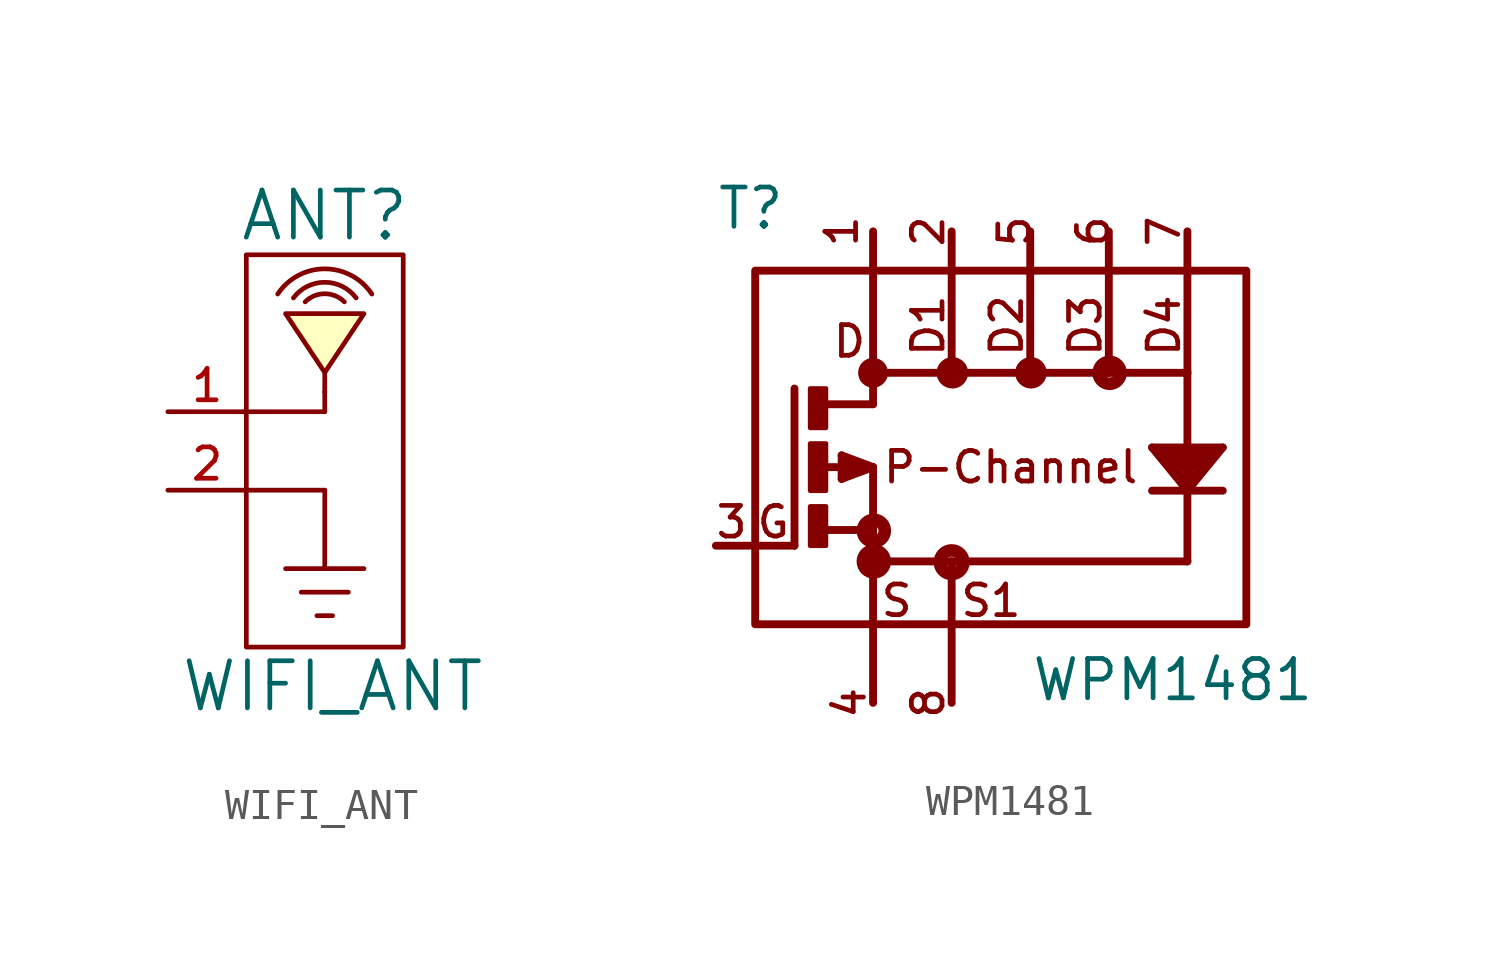
<source format=kicad_sym>
(kicad_symbol_lib
  (version 20241209)
  (generator "kicad_symbol_editor")
  (generator_version "9.0")
  (symbol "WIFI_ANT"
    (pin_names
      (offset 1.016))
    (property "Reference" "ANT"
      (at 0 8.89 0)
      (effects (font (size 1.524 1.524))))
    (property "Value" "WIFI_ANT"
      (at 0.254 -6.35 0)
      (effects (font (size 1.524 1.524))))
    (property "Footprint" ""
      (at -2.54 0 0)
      (effects (font (size 1.524 1.524))))
    (property "Datasheet" ""
      (at -2.54 0 0)
      (effects (font (size 1.524 1.524))))
    (symbol "WIFI_ANT_0_1"
      (rectangle (start -2.54 2.54) (end 0 2.54) (stroke (width 0) (type solid)) (fill (type none)))
      (rectangle (start -2.54 0) (end 0 0) (stroke (width 0) (type solid)) (fill (type none)))
      (rectangle (start -2.54 -5.08) (end 2.54 7.62) (stroke (width 0) (type solid)) (fill (type none)))
      (rectangle (start -1.27 -2.54) (end 1.27 -2.54) (stroke (width 0) (type solid)) (fill (type none)))
      (rectangle (start -0.254 -4.064) (end 0.254 -4.064) (stroke (width 0) (type solid)) (fill (type none)))
      (arc (start -1.016 6.223) (mid 0 6.731) (end 1.016 6.223) (stroke (width 0) (type solid)) (fill (type none)))
      (arc (start -1.524 6.35) (mid 0 7.1656) (end 1.524 6.35) (stroke (width 0) (type solid)) (fill (type none)))
      (polyline (pts (xy 0 3.81) (xy 1.27 5.715) (xy -1.27 5.715) (xy 0 3.81)) (stroke (width 0) (type solid)) (fill (type background)))
      (rectangle (start 0 3.175) (end 0 3.81) (stroke (width 0) (type solid)) (fill (type none)))
      (rectangle (start 0 3.175) (end 0 3.175) (stroke (width 0) (type solid)) (fill (type none)))
      (rectangle (start 0 2.54) (end 0 3.175) (stroke (width 0) (type solid)) (fill (type none)))
      (rectangle (start 0 0) (end 0 -2.54) (stroke (width 0) (type solid)) (fill (type none)))
      (rectangle (start 0.762 -3.302) (end -0.762 -3.302) (stroke (width 0) (type solid)) (fill (type none))))
    (symbol "WIFI_ANT_1_1"
      (arc (start -0.635 6.096) (mid 0 6.359) (end 0.635 6.096) (stroke (width 0) (type solid)) (fill (type none)))
      (pin input line (at -5.08 2.54 0) (length 2.54) (name "~" (effects (font (size 1.016 1.016)))) (number "1" (effects (font (size 1.016 1.016)))))
      (pin input line (at -5.08 0 0) (length 2.54) (name "~" (effects (font (size 1.016 1.016)))) (number "2" (effects (font (size 1.016 1.016)))))))
  (symbol "WPM1481"
    (pin_numbers
      (hide yes))
    (pin_names
      (offset 0.025)
      (hide yes))
    (property "Reference" "T"
      (at -7.62 7.62 0)
      (effects (font (size 1.27 1.27)) (justify left bottom)))
    (property "Value" "WPM1481"
      (at 2.54 -7.62 0)
      (effects (font (size 1.27 1.27)) (justify left bottom)))
    (property "Datasheet" ""
      (at 0 0 0)
      (effects (font (size 1.524 1.524))))
    (symbol "WPM1481_0_0"
      (rectangle (start -6.35 6.35) (end 9.525 -5.08) (stroke (width 0.254) (type solid)) (fill (type none)))
      (polyline (pts (xy 7.62 7.62) (xy 7.62 3.048)) (stroke (width 0.254) (type solid)) (fill (type none)))
      (text "3" (at -7.112 -1.778 0) (effects (font (size 0.991 0.991))))
      (text "1" (at -3.556 7.62 900) (effects (font (size 0.991 0.991))))
      (text "4" (at -3.302 -7.62 900) (effects (font (size 0.991 0.991))))
      (text "2" (at -0.762 7.62 900) (effects (font (size 0.991 0.991))))
      (text "8" (at -0.762 -7.62 900) (effects (font (size 0.991 0.991))))
      (text "S1" (at 1.27 -4.318 0) (effects (font (size 0.991 0.991))))
      (text "D2" (at 1.778 4.572 900) (effects (font (size 0.991 0.991))))
      (text "P-Channel" (at 1.905 0 0) (effects (font (size 0.991 0.991))))
      (text "5" (at 2.032 7.62 900) (effects (font (size 0.991 0.991))))
      (text "6" (at 4.572 7.62 900) (effects (font (size 0.991 0.991))))
      (text "7" (at 6.858 7.62 900) (effects (font (size 0.991 0.991))))
      (text "D4" (at 6.858 4.572 900) (effects (font (size 0.991 0.991)))))
    (symbol "WPM1481_1_0"
      (polyline (pts (xy -5.08 2.54) (xy -5.08 -2.54)) (stroke (width 0.254) (type solid)) (fill (type none)))
      (polyline (pts (xy -5.08 -2.54) (xy -7.62 -2.54)) (stroke (width 0.254) (type solid)) (fill (type none)))
      (polyline (pts (xy -4.064 2.032) (xy -2.54 2.032)) (stroke (width 0.254) (type solid)) (fill (type none)))
      (polyline (pts (xy -4.064 0) (xy -2.54 0)) (stroke (width 0.254) (type solid)) (fill (type none)))
      (polyline (pts (xy -4.064 -2.032) (xy -2.54 -2.032)) (stroke (width 0.254) (type solid)) (fill (type none)))
      (polyline (pts (xy -3.556 0.381) (xy -3.556 -0.381)) (stroke (width 0.254) (type solid)) (fill (type none)))
      (polyline (pts (xy -3.556 -0.381) (xy -2.54 0)) (stroke (width 0.254) (type solid)) (fill (type none)))
      (polyline (pts (xy -3.429 0.254) (xy -2.921 0)) (stroke (width 0.254) (type solid)) (fill (type none)))
      (polyline (pts (xy -3.429 -0.254) (xy -3.429 0.254)) (stroke (width 0.254) (type solid)) (fill (type none)))
      (polyline (pts (xy -2.921 0) (xy -2.54 0)) (stroke (width 0) (type solid)) (fill (type none)))
      (polyline (pts (xy -2.794 0) (xy -3.429 -0.254)) (stroke (width 0) (type solid)) (fill (type none)))
      (polyline (pts (xy -2.794 0) (xy -2.921 0)) (stroke (width 0) (type solid)) (fill (type none)))
      (polyline (pts (xy -2.54 3.048) (xy -2.54 7.62)) (stroke (width 0.254) (type solid)) (fill (type none)))
      (polyline (pts (xy -2.54 3.048) (xy 0 3.048)) (stroke (width 0.254) (type solid)) (fill (type none)))
      (polyline (pts (xy -2.54 2.032) (xy -2.54 3.048)) (stroke (width 0.254) (type solid)) (fill (type none)))
      (polyline (pts (xy -2.54 0) (xy -3.556 0.381)) (stroke (width 0.254) (type solid)) (fill (type none)))
      (polyline (pts (xy -2.54 0) (xy -2.794 0)) (stroke (width 0) (type solid)) (fill (type none)))
      (polyline (pts (xy -2.54 0) (xy -2.54 -2.032)) (stroke (width 0.254) (type solid)) (fill (type none)))
      (polyline (pts (xy -2.54 -2.032) (xy -2.54 -3.048)) (stroke (width 0.254) (type solid)) (fill (type none)))
      (polyline (pts (xy -2.54 -7.62) (xy -2.54 -3.048)) (stroke (width 0.254) (type solid)) (fill (type none)))
      (polyline (pts (xy 0 3.048) (xy 0 7.62)) (stroke (width 0.254) (type solid)) (fill (type none)))
      (polyline (pts (xy 0 3.048) (xy 2.54 3.048)) (stroke (width 0.254) (type solid)) (fill (type none)))
      (polyline (pts (xy 0 -3.048) (xy -2.54 -3.048)) (stroke (width 0.254) (type solid)) (fill (type none)))
      (polyline (pts (xy 0 -3.048) (xy 0 -7.62)) (stroke (width 0.254) (type solid)) (fill (type none)))
      (polyline (pts (xy 2.54 3.048) (xy 2.54 7.62)) (stroke (width 0.254) (type solid)) (fill (type none)))
      (polyline (pts (xy 2.54 3.048) (xy 5.08 3.048)) (stroke (width 0.254) (type solid)) (fill (type none)))
      (polyline (pts (xy 5.08 3.048) (xy 5.08 7.62)) (stroke (width 0.254) (type solid)) (fill (type none)))
      (polyline (pts (xy 5.08 3.048) (xy 7.62 3.048)) (stroke (width 0.254) (type solid)) (fill (type none)))
      (polyline (pts (xy 6.477 0.635) (xy 8.763 0.635)) (stroke (width 0.254) (type solid)) (fill (type none)))
      (polyline (pts (xy 6.477 -0.762) (xy 7.62 -0.762)) (stroke (width 0.254) (type solid)) (fill (type none)))
      (polyline (pts (xy 6.731 0.508) (xy 7.62 -0.508)) (stroke (width 0.254) (type solid)) (fill (type none)))
      (polyline (pts (xy 6.985 0.508) (xy 7.62 -0.127)) (stroke (width 0.254) (type solid)) (fill (type none)))
      (polyline (pts (xy 7.239 0.508) (xy 6.985 0.508)) (stroke (width 0) (type solid)) (fill (type none)))
      (polyline (pts (xy 7.239 0.508) (xy 6.985 0.508)) (stroke (width 0) (type solid)) (fill (type none)))
      (polyline (pts (xy 7.239 0.508) (xy 7.62 0.127)) (stroke (width 0.254) (type solid)) (fill (type none)))
      (polyline (pts (xy 7.62 3.048) (xy 7.62 0.127)) (stroke (width 0.254) (type solid)) (fill (type none)))
      (polyline (pts (xy 7.62 0.127) (xy 7.62 -0.127)) (stroke (width 0) (type solid)) (fill (type none)))
      (polyline (pts (xy 7.62 0.127) (xy 8.001 0.508)) (stroke (width 0.254) (type solid)) (fill (type none)))
      (polyline (pts (xy 7.62 -0.127) (xy 7.62 -0.508)) (stroke (width 0) (type solid)) (fill (type none)))
      (polyline (pts (xy 7.62 -0.127) (xy 7.747 -0.254)) (stroke (width 0) (type solid)) (fill (type none)))
      (polyline (pts (xy 7.62 -0.508) (xy 7.62 -0.762)) (stroke (width 0) (type solid)) (fill (type none)))
      (polyline (pts (xy 7.62 -0.508) (xy 8.509 0.508)) (stroke (width 0.254) (type solid)) (fill (type none)))
      (polyline (pts (xy 7.62 -0.762) (xy 6.477 0.635)) (stroke (width 0.254) (type solid)) (fill (type none)))
      (polyline (pts (xy 7.62 -0.762) (xy 7.62 -3.048)) (stroke (width 0.254) (type solid)) (fill (type none)))
      (polyline (pts (xy 7.62 -0.762) (xy 8.763 -0.762)) (stroke (width 0.254) (type solid)) (fill (type none)))
      (polyline (pts (xy 7.62 -3.048) (xy 0 -3.048)) (stroke (width 0.254) (type solid)) (fill (type none)))
      (polyline (pts (xy 8.001 0.508) (xy 7.239 0.508)) (stroke (width 0) (type solid)) (fill (type none)))
      (polyline (pts (xy 8.255 0.508) (xy 7.62 -0.127)) (stroke (width 0.254) (type solid)) (fill (type none)))
      (polyline (pts (xy 8.255 0.508) (xy 8.001 0.508)) (stroke (width 0) (type solid)) (fill (type none)))
      (polyline (pts (xy 8.509 0.508) (xy 8.255 0.508)) (stroke (width 0) (type solid)) (fill (type none)))
      (polyline (pts (xy 8.763 0.635) (xy 7.62 -0.762)) (stroke (width 0.254) (type solid)) (fill (type none))))
    (symbol "WPM1481_1_1"
      (rectangle (start -4.572 1.27) (end -4.064 2.54) (stroke (width 0) (type solid)) (fill (type outline)))
      (rectangle (start -4.572 -0.762) (end -4.064 0.762) (stroke (width 0) (type solid)) (fill (type outline)))
      (rectangle (start -4.572 -2.54) (end -4.064 -1.27) (stroke (width 0) (type solid)) (fill (type outline)))
      (circle (center -2.54 3.048) (radius 0.254) (stroke (width 0.406) (type solid)) (fill (type none)))
      (circle (center -2.54 3.048) (radius 0.356) (stroke (width 0.254) (type solid)) (fill (type none)))
      (circle (center -2.54 -2.032) (radius 0.356) (stroke (width 0.254) (type solid)) (fill (type none)))
      (circle (center -2.54 -3.048) (radius 0.356) (stroke (width 0.254) (type solid)) (fill (type none)))
      (circle (center -2.515 -2.057) (radius 0.152) (stroke (width 0.406) (type solid)) (fill (type none)))
      (circle (center -2.515 -3.048) (radius 0.152) (stroke (width 0.406) (type solid)) (fill (type none)))
      (circle (center 0 3.048) (radius 0.356) (stroke (width 0.254) (type solid)) (fill (type none)))
      (circle (center 0 -3.048) (radius 0.356) (stroke (width 0.254) (type solid)) (fill (type none)))
      (circle (center 0 -3.073) (radius 0.178) (stroke (width 0.406) (type solid)) (fill (type none)))
      (circle (center 0.025 3.048) (radius 0.102) (stroke (width 0.406) (type solid)) (fill (type none)))
      (circle (center 2.54 3.048) (radius 0.356) (stroke (width 0.254) (type solid)) (fill (type none)))
      (circle (center 2.565 3.048) (radius 0.102) (stroke (width 0.406) (type solid)) (fill (type none)))
      (circle (center 5.08 3.048) (radius 0.356) (stroke (width 0.254) (type solid)) (fill (type none)))
      (circle (center 5.105 3.048) (radius 0.152) (stroke (width 0.406) (type solid)) (fill (type none)))
      (text "G" (at -5.766 -1.778 0) (effects (font (size 0.991 0.991))))
      (text "D" (at -3.302 4.064 0) (effects (font (size 0.991 0.991))))
      (text "S" (at -1.778 -4.318 0) (effects (font (size 0.991 0.991))))
      (text "D1" (at -0.762 4.572 900) (effects (font (size 0.991 0.991))))
      (text "D3" (at 4.318 4.572 900) (effects (font (size 0.991 0.991))))
      (pin passive line (at -7.62 -2.54 0) (length 2.54) (name "G" (effects (font (size 1.016 1.016)))) (number "3" (effects (font (size 1.016 1.016)))))
      (pin passive line (at -2.54 7.62 270) (length 5.004) (name "D" (effects (font (size 1.016 1.016)))) (number "1" (effects (font (size 1.016 1.016)))))
      (pin passive line (at -2.54 -7.62 90) (length 2.54) (name "S" (effects (font (size 1.016 1.016)))) (number "4" (effects (font (size 1.016 1.016)))))
      (pin passive line (at 0 7.62 270) (length 0) (name "D1" (effects (font (size 1.016 1.016)))) (number "2" (effects (font (size 1.016 1.016)))))
      (pin passive line (at 0 -7.62 90) (length 2.54) (name "S1" (effects (font (size 1.016 1.016)))) (number "8" (effects (font (size 1.016 1.016)))))
      (pin passive line (at 2.54 7.62 270) (length 0) (name "D2" (effects (font (size 1.016 1.016)))) (number "5" (effects (font (size 1.016 1.016)))))
      (pin passive line (at 5.08 7.62 270) (length 0) (name "D3" (effects (font (size 1.016 1.016)))) (number "6" (effects (font (size 1.016 1.016)))))
      (pin input line (at 7.62 7.62 180) (length 0) (name "D4" (effects (font (size 1.016 1.016)))) (number "7" (effects (font (size 1.016 1.016))))))))
</source>
